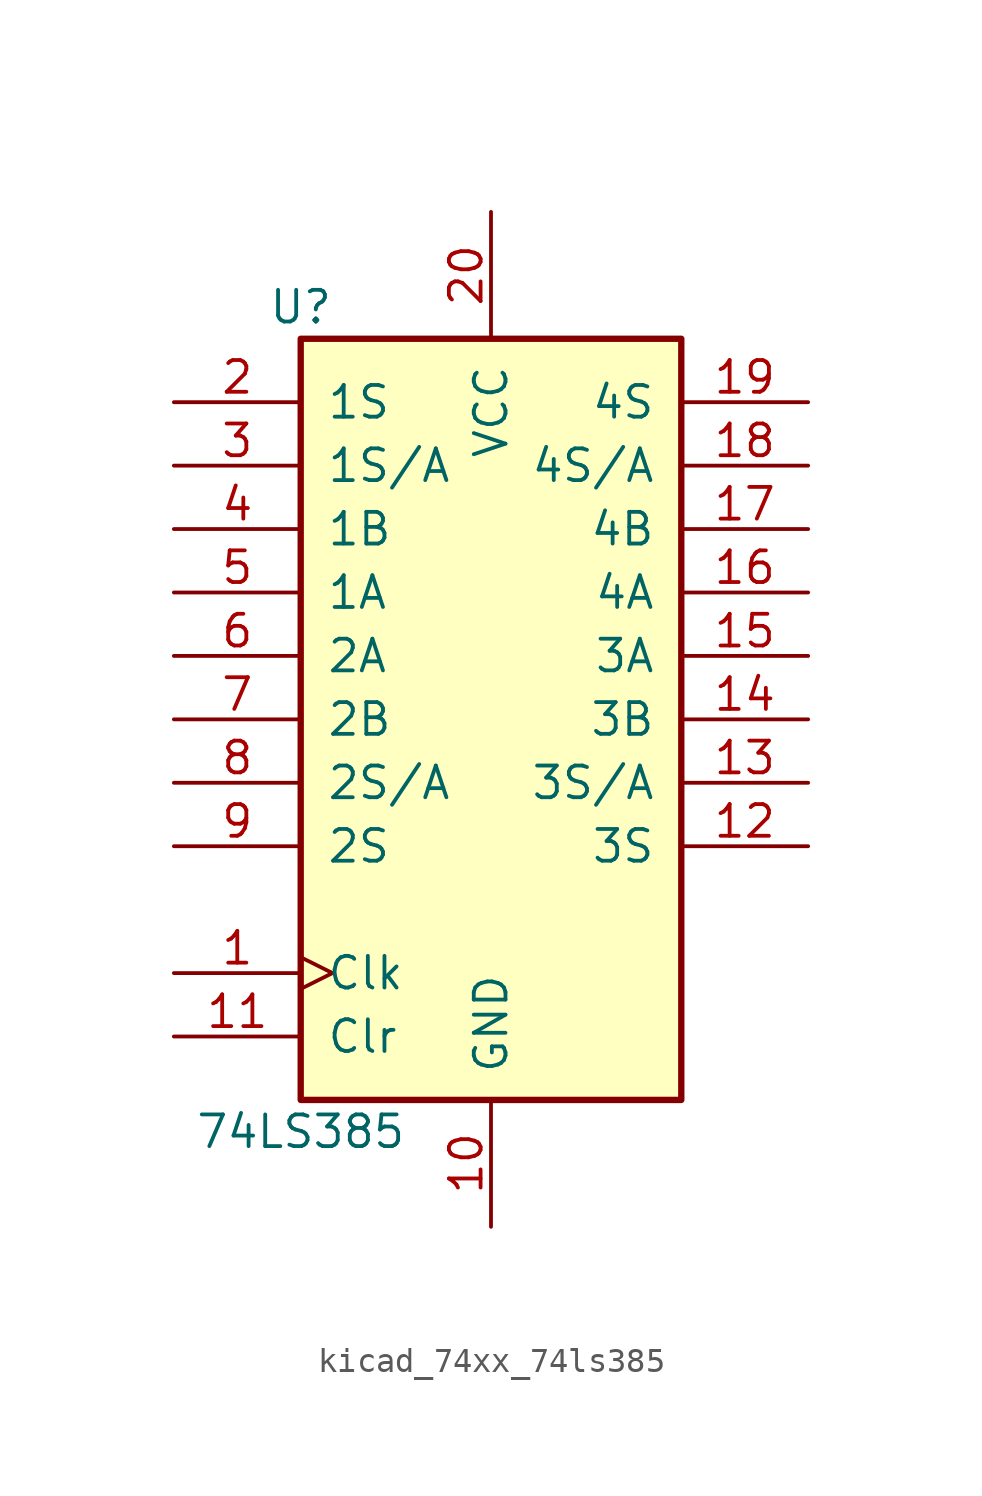
<source format=kicad_sym>
(kicad_symbol_lib
  (version 20220914)
  (generator kicad_symbol_editor)
  (symbol "kicad_74xx_74ls385"
    (pin_names
      (offset 1.016))
    (property "Reference" "U"
      (at -7.62 16.51 0)
      (effects (font (size 1.27 1.27))))
    (property "Value" "74LS385"
      (at -7.62 -16.51 0)
      (effects (font (size 1.27 1.27))))
    (property "ki_locked" ""
      (at 0 0 0)
      (effects (font (size 1.27 1.27))))
    (symbol "kicad_74xx_74ls385_1_0"
      (pin input clock (at -12.7 -10.16 0) (length 5.08) (name "Clk" (effects (font (size 1.27 1.27)))) (number "1" (effects (font (size 1.27 1.27)))))
      (pin power_in line (at 0 -20.32 90) (length 5.08) (name "GND" (effects (font (size 1.27 1.27)))) (number "10" (effects (font (size 1.27 1.27)))))
      (pin input line (at -12.7 -12.7 0) (length 5.08) (name "Clr" (effects (font (size 1.27 1.27)))) (number "11" (effects (font (size 1.27 1.27)))))
      (pin output line (at 12.7 -5.08 180) (length 5.08) (name "3S" (effects (font (size 1.27 1.27)))) (number "12" (effects (font (size 1.27 1.27)))))
      (pin output line (at 12.7 -2.54 180) (length 5.08) (name "3S/A" (effects (font (size 1.27 1.27)))) (number "13" (effects (font (size 1.27 1.27)))))
      (pin output line (at 12.7 0 180) (length 5.08) (name "3B" (effects (font (size 1.27 1.27)))) (number "14" (effects (font (size 1.27 1.27)))))
      (pin output line (at 12.7 2.54 180) (length 5.08) (name "3A" (effects (font (size 1.27 1.27)))) (number "15" (effects (font (size 1.27 1.27)))))
      (pin output line (at 12.7 5.08 180) (length 5.08) (name "4A" (effects (font (size 1.27 1.27)))) (number "16" (effects (font (size 1.27 1.27)))))
      (pin output line (at 12.7 7.62 180) (length 5.08) (name "4B" (effects (font (size 1.27 1.27)))) (number "17" (effects (font (size 1.27 1.27)))))
      (pin output line (at 12.7 10.16 180) (length 5.08) (name "4S/A" (effects (font (size 1.27 1.27)))) (number "18" (effects (font (size 1.27 1.27)))))
      (pin output line (at 12.7 12.7 180) (length 5.08) (name "4S" (effects (font (size 1.27 1.27)))) (number "19" (effects (font (size 1.27 1.27)))))
      (pin input line (at -12.7 12.7 0) (length 5.08) (name "1S" (effects (font (size 1.27 1.27)))) (number "2" (effects (font (size 1.27 1.27)))))
      (pin power_in line (at 0 20.32 270) (length 5.08) (name "VCC" (effects (font (size 1.27 1.27)))) (number "20" (effects (font (size 1.27 1.27)))))
      (pin input line (at -12.7 10.16 0) (length 5.08) (name "1S/A" (effects (font (size 1.27 1.27)))) (number "3" (effects (font (size 1.27 1.27)))))
      (pin input line (at -12.7 7.62 0) (length 5.08) (name "1B" (effects (font (size 1.27 1.27)))) (number "4" (effects (font (size 1.27 1.27)))))
      (pin input line (at -12.7 5.08 0) (length 5.08) (name "1A" (effects (font (size 1.27 1.27)))) (number "5" (effects (font (size 1.27 1.27)))))
      (pin input line (at -12.7 2.54 0) (length 5.08) (name "2A" (effects (font (size 1.27 1.27)))) (number "6" (effects (font (size 1.27 1.27)))))
      (pin input line (at -12.7 0 0) (length 5.08) (name "2B" (effects (font (size 1.27 1.27)))) (number "7" (effects (font (size 1.27 1.27)))))
      (pin input line (at -12.7 -2.54 0) (length 5.08) (name "2S/A" (effects (font (size 1.27 1.27)))) (number "8" (effects (font (size 1.27 1.27)))))
      (pin input line (at -12.7 -5.08 0) (length 5.08) (name "2S" (effects (font (size 1.27 1.27)))) (number "9" (effects (font (size 1.27 1.27))))))
    (symbol "kicad_74xx_74ls385_1_1"
      (rectangle (start -7.62 15.24) (end 7.62 -15.24) (stroke (width 0.254) (type default)) (fill (type background))))))
</source>
